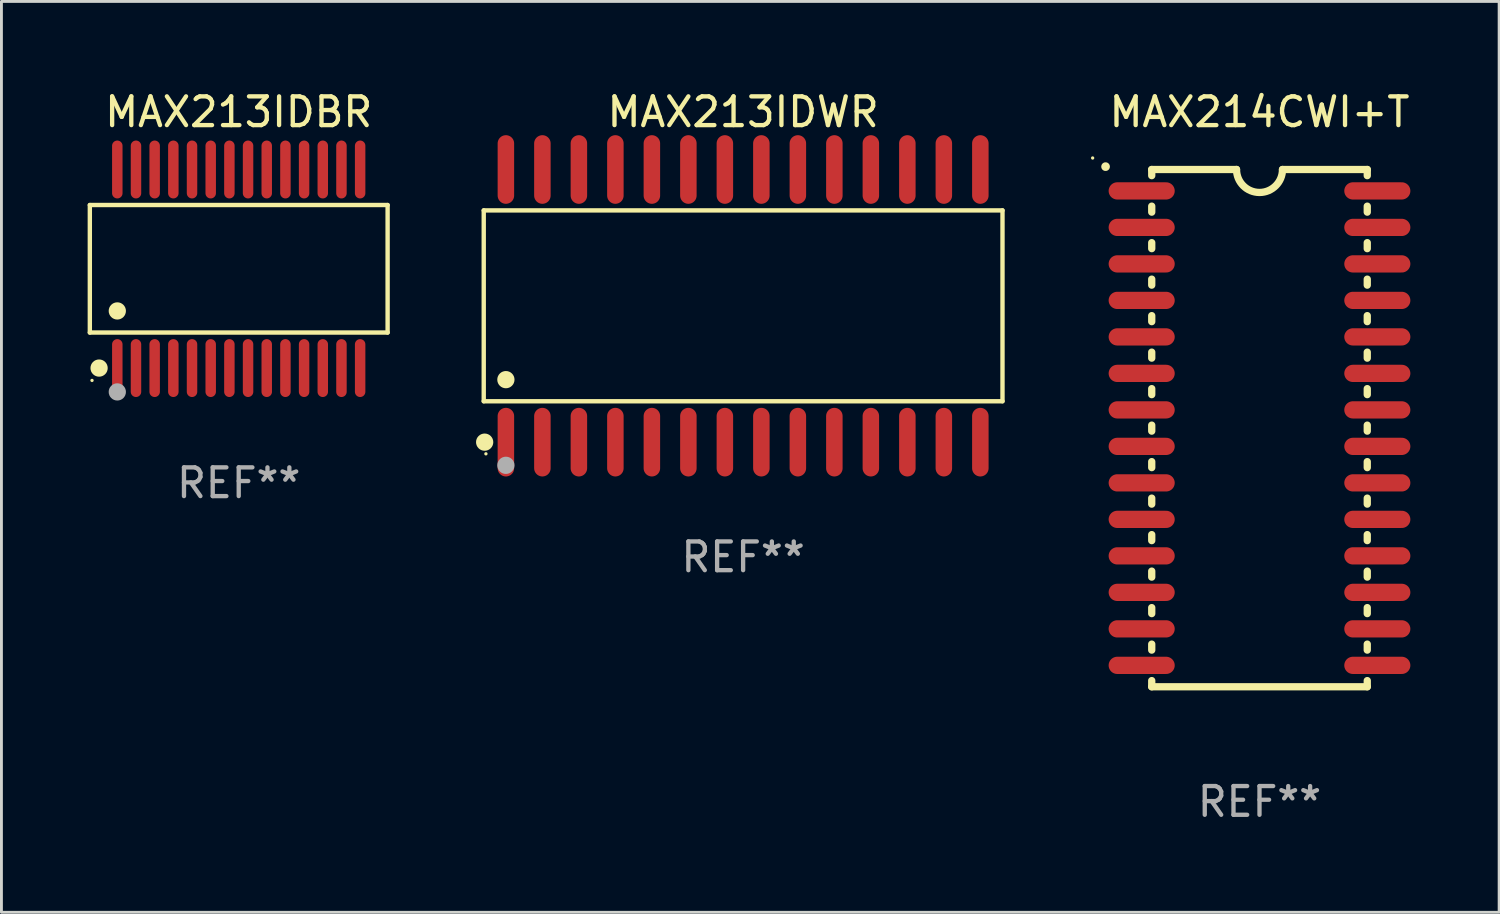
<source format=kicad_pcb>
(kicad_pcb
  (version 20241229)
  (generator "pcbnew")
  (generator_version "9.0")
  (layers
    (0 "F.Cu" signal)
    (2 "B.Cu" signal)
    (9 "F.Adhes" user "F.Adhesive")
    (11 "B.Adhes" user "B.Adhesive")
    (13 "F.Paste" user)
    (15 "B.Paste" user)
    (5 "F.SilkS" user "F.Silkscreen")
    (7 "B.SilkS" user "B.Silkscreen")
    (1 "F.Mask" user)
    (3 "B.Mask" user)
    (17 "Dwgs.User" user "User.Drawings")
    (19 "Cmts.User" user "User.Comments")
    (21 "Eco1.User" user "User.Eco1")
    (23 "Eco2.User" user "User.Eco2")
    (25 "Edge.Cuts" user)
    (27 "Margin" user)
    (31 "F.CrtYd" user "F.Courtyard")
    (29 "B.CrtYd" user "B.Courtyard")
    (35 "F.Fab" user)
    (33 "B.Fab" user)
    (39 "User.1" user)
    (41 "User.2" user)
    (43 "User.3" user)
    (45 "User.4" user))
  (footprint "MAX213IDBR"
    (layer "F.Cu")
    (at 5.257 6.303)
    (property "Reference" "MAX213IDBR" (at 0 -5.455 0) (layer "F.SilkS") (effects (font (size 1 1) (thickness 0.15))))
    (attr through_hole)
    (fp_line (start -5.181 -2.219) (end 5.181 -2.219) (stroke (width 0.152) (type solid)) (layer "F.SilkS"))
    (fp_line (start -5.181 2.219) (end -5.181 -2.219) (stroke (width 0.152) (type solid)) (layer "F.SilkS"))
    (fp_line (start 5.181 -2.219) (end 5.181 2.219) (stroke (width 0.152) (type solid)) (layer "F.SilkS"))
    (fp_line (start 5.181 2.219) (end -5.181 2.219) (stroke (width 0.152) (type solid)) (layer "F.SilkS"))
    (fp_circle (center -5.105 3.885) (end -5.075 3.885) (stroke (width 0.06) (type solid)) (fill no) (layer "F.SilkS"))
    (fp_circle (center -4.859 3.455) (end -4.709 3.455) (stroke (width 0.3) (type solid)) (fill no) (layer "F.SilkS"))
    (fp_circle (center -4.225 1.467) (end -4.075 1.467) (stroke (width 0.3) (type solid)) (fill no) (layer "F.SilkS"))
    (fp_circle (center -4.225 4.285) (end -4.075 4.285) (stroke (width 0.3) (type solid)) (fill no) (layer "F.Fab"))
    (fp_text user "REF**" (at 0 7.455 0) (layer "F.Fab") (effects (font (size 1 1) (thickness 0.15))))
    (pad "1" smd oval (at -4.225 3.455) (size 0.364 2.015) (layers "F.Cu" "F.Mask" "F.Paste"))
    (pad "2" smd oval (at -3.575 3.455) (size 0.364 2.015) (layers "F.Cu" "F.Mask" "F.Paste"))
    (pad "3" smd oval (at -2.925 3.455) (size 0.364 2.015) (layers "F.Cu" "F.Mask" "F.Paste"))
    (pad "4" smd oval (at -2.275 3.455) (size 0.364 2.015) (layers "F.Cu" "F.Mask" "F.Paste"))
    (pad "5" smd oval (at -1.625 3.455) (size 0.364 2.015) (layers "F.Cu" "F.Mask" "F.Paste"))
    (pad "6" smd oval (at -0.975 3.455) (size 0.364 2.015) (layers "F.Cu" "F.Mask" "F.Paste"))
    (pad "7" smd oval (at -0.325 3.455) (size 0.364 2.015) (layers "F.Cu" "F.Mask" "F.Paste"))
    (pad "8" smd oval (at 0.325 3.455) (size 0.364 2.015) (layers "F.Cu" "F.Mask" "F.Paste"))
    (pad "9" smd oval (at 0.975 3.455) (size 0.364 2.015) (layers "F.Cu" "F.Mask" "F.Paste"))
    (pad "10" smd oval (at 1.625 3.455) (size 0.364 2.015) (layers "F.Cu" "F.Mask" "F.Paste"))
    (pad "11" smd oval (at 2.275 3.455) (size 0.364 2.015) (layers "F.Cu" "F.Mask" "F.Paste"))
    (pad "12" smd oval (at 2.925 3.455) (size 0.364 2.015) (layers "F.Cu" "F.Mask" "F.Paste"))
    (pad "13" smd oval (at 3.575 3.455) (size 0.364 2.015) (layers "F.Cu" "F.Mask" "F.Paste"))
    (pad "14" smd oval (at 4.225 3.455) (size 0.364 2.015) (layers "F.Cu" "F.Mask" "F.Paste"))
    (pad "15" smd oval (at 4.225 -3.455) (size 0.364 2.015) (layers "F.Cu" "F.Mask" "F.Paste"))
    (pad "16" smd oval (at 3.575 -3.455) (size 0.364 2.015) (layers "F.Cu" "F.Mask" "F.Paste"))
    (pad "17" smd oval (at 2.925 -3.455) (size 0.364 2.015) (layers "F.Cu" "F.Mask" "F.Paste"))
    (pad "18" smd oval (at 2.275 -3.455) (size 0.364 2.015) (layers "F.Cu" "F.Mask" "F.Paste"))
    (pad "19" smd oval (at 1.625 -3.455) (size 0.364 2.015) (layers "F.Cu" "F.Mask" "F.Paste"))
    (pad "20" smd oval (at 0.975 -3.455) (size 0.364 2.015) (layers "F.Cu" "F.Mask" "F.Paste"))
    (pad "21" smd oval (at 0.325 -3.455) (size 0.364 2.015) (layers "F.Cu" "F.Mask" "F.Paste"))
    (pad "22" smd oval (at -0.325 -3.455) (size 0.364 2.015) (layers "F.Cu" "F.Mask" "F.Paste"))
    (pad "23" smd oval (at -0.975 -3.455) (size 0.364 2.015) (layers "F.Cu" "F.Mask" "F.Paste"))
    (pad "24" smd oval (at -1.625 -3.455) (size 0.364 2.015) (layers "F.Cu" "F.Mask" "F.Paste"))
    (pad "25" smd oval (at -2.275 -3.455) (size 0.364 2.015) (layers "F.Cu" "F.Mask" "F.Paste"))
    (pad "26" smd oval (at -2.925 -3.455) (size 0.364 2.015) (layers "F.Cu" "F.Mask" "F.Paste"))
    (pad "27" smd oval (at -3.575 -3.455) (size 0.364 2.015) (layers "F.Cu" "F.Mask" "F.Paste"))
    (pad "28" smd oval (at -4.225 -3.455) (size 0.364 2.015) (layers "F.Cu" "F.Mask" "F.Paste")))
  (footprint "MAX214CWI+T"
    (layer "F.Cu")
    (at 40.778 11.848)
    (property "Reference" "MAX214CWI+T" (at 0 -11 0) (layer "F.SilkS") (effects (font (size 1 1) (thickness 0.15))))
    (attr through_hole)
    (fp_line (start -3.75 -9) (end -3.75 -8.786) (stroke (width 0.254) (type solid)) (layer "F.SilkS"))
    (fp_line (start -3.75 -9) (end -0.8 -9) (stroke (width 0.254) (type solid)) (layer "F.SilkS"))
    (fp_line (start -3.75 -7.724) (end -3.75 -7.516) (stroke (width 0.254) (type solid)) (layer "F.SilkS"))
    (fp_line (start -3.75 -6.454) (end -3.75 -6.246) (stroke (width 0.254) (type solid)) (layer "F.SilkS"))
    (fp_line (start -3.75 -5.184) (end -3.75 -4.976) (stroke (width 0.254) (type solid)) (layer "F.SilkS"))
    (fp_line (start -3.75 -3.914) (end -3.75 -3.706) (stroke (width 0.254) (type solid)) (layer "F.SilkS"))
    (fp_line (start -3.75 -2.644) (end -3.75 -2.436) (stroke (width 0.254) (type solid)) (layer "F.SilkS"))
    (fp_line (start -3.75 -1.374) (end -3.75 -1.166) (stroke (width 0.254) (type solid)) (layer "F.SilkS"))
    (fp_line (start -3.75 -0.104) (end -3.75 0.104) (stroke (width 0.254) (type solid)) (layer "F.SilkS"))
    (fp_line (start -3.75 1.166) (end -3.75 1.374) (stroke (width 0.254) (type solid)) (layer "F.SilkS"))
    (fp_line (start -3.75 2.436) (end -3.75 2.644) (stroke (width 0.254) (type solid)) (layer "F.SilkS"))
    (fp_line (start -3.75 3.706) (end -3.75 3.914) (stroke (width 0.254) (type solid)) (layer "F.SilkS"))
    (fp_line (start -3.75 4.976) (end -3.75 5.184) (stroke (width 0.254) (type solid)) (layer "F.SilkS"))
    (fp_line (start -3.75 6.246) (end -3.75 6.454) (stroke (width 0.254) (type solid)) (layer "F.SilkS"))
    (fp_line (start -3.75 7.516) (end -3.75 7.724) (stroke (width 0.254) (type solid)) (layer "F.SilkS"))
    (fp_line (start -3.75 8.786) (end -3.75 9) (stroke (width 0.254) (type solid)) (layer "F.SilkS"))
    (fp_line (start 3.75 -9) (end 0.8 -9) (stroke (width 0.254) (type solid)) (layer "F.SilkS"))
    (fp_line (start 3.75 -9) (end 3.75 -8.786) (stroke (width 0.254) (type solid)) (layer "F.SilkS"))
    (fp_line (start 3.75 -7.724) (end 3.75 -7.516) (stroke (width 0.254) (type solid)) (layer "F.SilkS"))
    (fp_line (start 3.75 -6.454) (end 3.75 -6.246) (stroke (width 0.254) (type solid)) (layer "F.SilkS"))
    (fp_line (start 3.75 -5.184) (end 3.75 -4.976) (stroke (width 0.254) (type solid)) (layer "F.SilkS"))
    (fp_line (start 3.75 -3.914) (end 3.75 -3.706) (stroke (width 0.254) (type solid)) (layer "F.SilkS"))
    (fp_line (start 3.75 -2.644) (end 3.75 -2.436) (stroke (width 0.254) (type solid)) (layer "F.SilkS"))
    (fp_line (start 3.75 -1.374) (end 3.75 -1.166) (stroke (width 0.254) (type solid)) (layer "F.SilkS"))
    (fp_line (start 3.75 -0.104) (end 3.75 0.104) (stroke (width 0.254) (type solid)) (layer "F.SilkS"))
    (fp_line (start 3.75 1.166) (end 3.75 1.374) (stroke (width 0.254) (type solid)) (layer "F.SilkS"))
    (fp_line (start 3.75 2.436) (end 3.75 2.644) (stroke (width 0.254) (type solid)) (layer "F.SilkS"))
    (fp_line (start 3.75 3.706) (end 3.75 3.914) (stroke (width 0.254) (type solid)) (layer "F.SilkS"))
    (fp_line (start 3.75 4.976) (end 3.75 5.184) (stroke (width 0.254) (type solid)) (layer "F.SilkS"))
    (fp_line (start 3.75 6.246) (end 3.75 6.454) (stroke (width 0.254) (type solid)) (layer "F.SilkS"))
    (fp_line (start 3.75 7.516) (end 3.75 7.724) (stroke (width 0.254) (type solid)) (layer "F.SilkS"))
    (fp_line (start 3.75 8.786) (end 3.75 9) (stroke (width 0.254) (type solid)) (layer "F.SilkS"))
    (fp_line (start 3.75 9) (end -3.75 9) (stroke (width 0.254) (type solid)) (layer "F.SilkS"))
    (fp_arc (start -5.356414 -9.098298) (mid -5.356419 -9.099568) (end -5.356414 -9.100838) (stroke (width 0.3) (type solid)) (layer "F.SilkS"))
    (fp_arc (start 0.800076 -9.000025) (mid -0.000102 -8.201067) (end -0.799466 -9.000838) (stroke (width 0.254001) (type solid)) (layer "F.SilkS"))
    (fp_circle (center -5.806 -9.4) (end -5.776 -9.4) (stroke (width 0.06) (type solid)) (fill no) (layer "F.SilkS"))
    (fp_text user "REF**" (at 0 13 0) (layer "F.Fab") (effects (font (size 1 1) (thickness 0.15))))
    (pad "1" smd oval (at -4.1 -8.255 90) (size 0.6 2.3) (layers "F.Cu" "F.Mask" "F.Paste"))
    (pad "2" smd oval (at -4.1 -6.985 90) (size 0.6 2.3) (layers "F.Cu" "F.Mask" "F.Paste"))
    (pad "3" smd oval (at -4.1 -5.715 90) (size 0.6 2.3) (layers "F.Cu" "F.Mask" "F.Paste"))
    (pad "4" smd oval (at -4.1 -4.445 90) (size 0.6 2.3) (layers "F.Cu" "F.Mask" "F.Paste"))
    (pad "5" smd oval (at -4.1 -3.175 90) (size 0.6 2.3) (layers "F.Cu" "F.Mask" "F.Paste"))
    (pad "6" smd oval (at -4.1 -1.905 90) (size 0.6 2.3) (layers "F.Cu" "F.Mask" "F.Paste"))
    (pad "7" smd oval (at -4.1 -0.635 90) (size 0.6 2.3) (layers "F.Cu" "F.Mask" "F.Paste"))
    (pad "8" smd oval (at -4.1 0.635 90) (size 0.6 2.3) (layers "F.Cu" "F.Mask" "F.Paste"))
    (pad "9" smd oval (at -4.1 1.905 90) (size 0.6 2.3) (layers "F.Cu" "F.Mask" "F.Paste"))
    (pad "10" smd oval (at -4.1 3.175 90) (size 0.6 2.3) (layers "F.Cu" "F.Mask" "F.Paste"))
    (pad "11" smd oval (at -4.1 4.445 90) (size 0.6 2.3) (layers "F.Cu" "F.Mask" "F.Paste"))
    (pad "12" smd oval (at -4.1 5.715 90) (size 0.6 2.3) (layers "F.Cu" "F.Mask" "F.Paste"))
    (pad "13" smd oval (at -4.1 6.985 90) (size 0.6 2.3) (layers "F.Cu" "F.Mask" "F.Paste"))
    (pad "14" smd oval (at -4.1 8.255 90) (size 0.6 2.3) (layers "F.Cu" "F.Mask" "F.Paste"))
    (pad "15" smd oval (at 4.1 8.255 90) (size 0.6 2.3) (layers "F.Cu" "F.Mask" "F.Paste"))
    (pad "16" smd oval (at 4.1 6.985 90) (size 0.6 2.3) (layers "F.Cu" "F.Mask" "F.Paste"))
    (pad "17" smd oval (at 4.1 5.715 90) (size 0.6 2.3) (layers "F.Cu" "F.Mask" "F.Paste"))
    (pad "18" smd oval (at 4.1 4.445 90) (size 0.6 2.3) (layers "F.Cu" "F.Mask" "F.Paste"))
    (pad "19" smd oval (at 4.1 3.175 90) (size 0.6 2.3) (layers "F.Cu" "F.Mask" "F.Paste"))
    (pad "20" smd oval (at 4.1 1.905 90) (size 0.6 2.3) (layers "F.Cu" "F.Mask" "F.Paste"))
    (pad "21" smd oval (at 4.1 0.635 90) (size 0.6 2.3) (layers "F.Cu" "F.Mask" "F.Paste"))
    (pad "22" smd oval (at 4.1 -0.635 90) (size 0.6 2.3) (layers "F.Cu" "F.Mask" "F.Paste"))
    (pad "23" smd oval (at 4.1 -1.905 90) (size 0.6 2.3) (layers "F.Cu" "F.Mask" "F.Paste"))
    (pad "24" smd oval (at 4.1 -3.175 90) (size 0.6 2.3) (layers "F.Cu" "F.Mask" "F.Paste"))
    (pad "25" smd oval (at 4.1 -4.445 90) (size 0.6 2.3) (layers "F.Cu" "F.Mask" "F.Paste"))
    (pad "26" smd oval (at 4.1 -5.715 90) (size 0.6 2.3) (layers "F.Cu" "F.Mask" "F.Paste"))
    (pad "27" smd oval (at 4.1 -6.985 90) (size 0.6 2.3) (layers "F.Cu" "F.Mask" "F.Paste"))
    (pad "28" smd oval (at 4.1 -8.255 90) (size 0.6 2.3) (layers "F.Cu" "F.Mask" "F.Paste")))
  (footprint "MAX213IDWR"
    (layer "F.Cu")
    (at 22.809 7.592)
    (property "Reference" "MAX213IDWR" (at 0 -6.744 0) (layer "F.SilkS") (effects (font (size 1 1) (thickness 0.15))))
    (attr through_hole)
    (fp_line (start -9.026 -3.321) (end 9.026 -3.321) (stroke (width 0.152) (type solid)) (layer "F.SilkS"))
    (fp_line (start -9.026 3.321) (end -9.026 -3.321) (stroke (width 0.152) (type solid)) (layer "F.SilkS"))
    (fp_line (start 9.026 -3.321) (end 9.026 3.321) (stroke (width 0.152) (type solid)) (layer "F.SilkS"))
    (fp_line (start 9.026 3.321) (end -9.026 3.321) (stroke (width 0.152) (type solid)) (layer "F.SilkS"))
    (fp_circle (center -8.994 4.744) (end -8.844 4.744) (stroke (width 0.3) (type solid)) (fill no) (layer "F.SilkS"))
    (fp_circle (center -8.95 5.15) (end -8.92 5.15) (stroke (width 0.06) (type solid)) (fill no) (layer "F.SilkS"))
    (fp_circle (center -8.255 2.569) (end -8.105 2.569) (stroke (width 0.3) (type solid)) (fill no) (layer "F.SilkS"))
    (fp_circle (center -8.255 5.55) (end -8.105 5.55) (stroke (width 0.3) (type solid)) (fill no) (layer "F.Fab"))
    (fp_text user "REF**" (at 0 8.744 0) (layer "F.Fab") (effects (font (size 1 1) (thickness 0.15))))
    (pad "1" smd oval (at -8.255 4.744) (size 0.574 2.388) (layers "F.Cu" "F.Mask" "F.Paste"))
    (pad "2" smd oval (at -6.985 4.744) (size 0.574 2.388) (layers "F.Cu" "F.Mask" "F.Paste"))
    (pad "3" smd oval (at -5.715 4.744) (size 0.574 2.388) (layers "F.Cu" "F.Mask" "F.Paste"))
    (pad "4" smd oval (at -4.445 4.744) (size 0.574 2.388) (layers "F.Cu" "F.Mask" "F.Paste"))
    (pad "5" smd oval (at -3.175 4.744) (size 0.574 2.388) (layers "F.Cu" "F.Mask" "F.Paste"))
    (pad "6" smd oval (at -1.905 4.744) (size 0.574 2.388) (layers "F.Cu" "F.Mask" "F.Paste"))
    (pad "7" smd oval (at -0.635 4.744) (size 0.574 2.388) (layers "F.Cu" "F.Mask" "F.Paste"))
    (pad "8" smd oval (at 0.635 4.744) (size 0.574 2.388) (layers "F.Cu" "F.Mask" "F.Paste"))
    (pad "9" smd oval (at 1.905 4.744) (size 0.574 2.388) (layers "F.Cu" "F.Mask" "F.Paste"))
    (pad "10" smd oval (at 3.175 4.744) (size 0.574 2.388) (layers "F.Cu" "F.Mask" "F.Paste"))
    (pad "11" smd oval (at 4.445 4.744) (size 0.574 2.388) (layers "F.Cu" "F.Mask" "F.Paste"))
    (pad "12" smd oval (at 5.715 4.744) (size 0.574 2.388) (layers "F.Cu" "F.Mask" "F.Paste"))
    (pad "13" smd oval (at 6.985 4.744) (size 0.574 2.388) (layers "F.Cu" "F.Mask" "F.Paste"))
    (pad "14" smd oval (at 8.255 4.744) (size 0.574 2.388) (layers "F.Cu" "F.Mask" "F.Paste"))
    (pad "15" smd oval (at 8.255 -4.744) (size 0.574 2.388) (layers "F.Cu" "F.Mask" "F.Paste"))
    (pad "16" smd oval (at 6.985 -4.744) (size 0.574 2.388) (layers "F.Cu" "F.Mask" "F.Paste"))
    (pad "17" smd oval (at 5.715 -4.744) (size 0.574 2.388) (layers "F.Cu" "F.Mask" "F.Paste"))
    (pad "18" smd oval (at 4.445 -4.744) (size 0.574 2.388) (layers "F.Cu" "F.Mask" "F.Paste"))
    (pad "19" smd oval (at 3.175 -4.744) (size 0.574 2.388) (layers "F.Cu" "F.Mask" "F.Paste"))
    (pad "20" smd oval (at 1.905 -4.744) (size 0.574 2.388) (layers "F.Cu" "F.Mask" "F.Paste"))
    (pad "21" smd oval (at 0.635 -4.744) (size 0.574 2.388) (layers "F.Cu" "F.Mask" "F.Paste"))
    (pad "22" smd oval (at -0.635 -4.744) (size 0.574 2.388) (layers "F.Cu" "F.Mask" "F.Paste"))
    (pad "23" smd oval (at -1.905 -4.744) (size 0.574 2.388) (layers "F.Cu" "F.Mask" "F.Paste"))
    (pad "24" smd oval (at -3.175 -4.744) (size 0.574 2.388) (layers "F.Cu" "F.Mask" "F.Paste"))
    (pad "25" smd oval (at -4.445 -4.744) (size 0.574 2.388) (layers "F.Cu" "F.Mask" "F.Paste"))
    (pad "26" smd oval (at -5.715 -4.744) (size 0.574 2.388) (layers "F.Cu" "F.Mask" "F.Paste"))
    (pad "27" smd oval (at -6.985 -4.744) (size 0.574 2.388) (layers "F.Cu" "F.Mask" "F.Paste"))
    (pad "28" smd oval (at -8.255 -4.744) (size 0.574 2.388) (layers "F.Cu" "F.Mask" "F.Paste")))
  (gr_rect
    (start -3 -3)
    (end 49.117 28.697)
    (stroke (width 0.1) (type default))
    (fill no)
    (layer "Edge.Cuts")))
</source>
